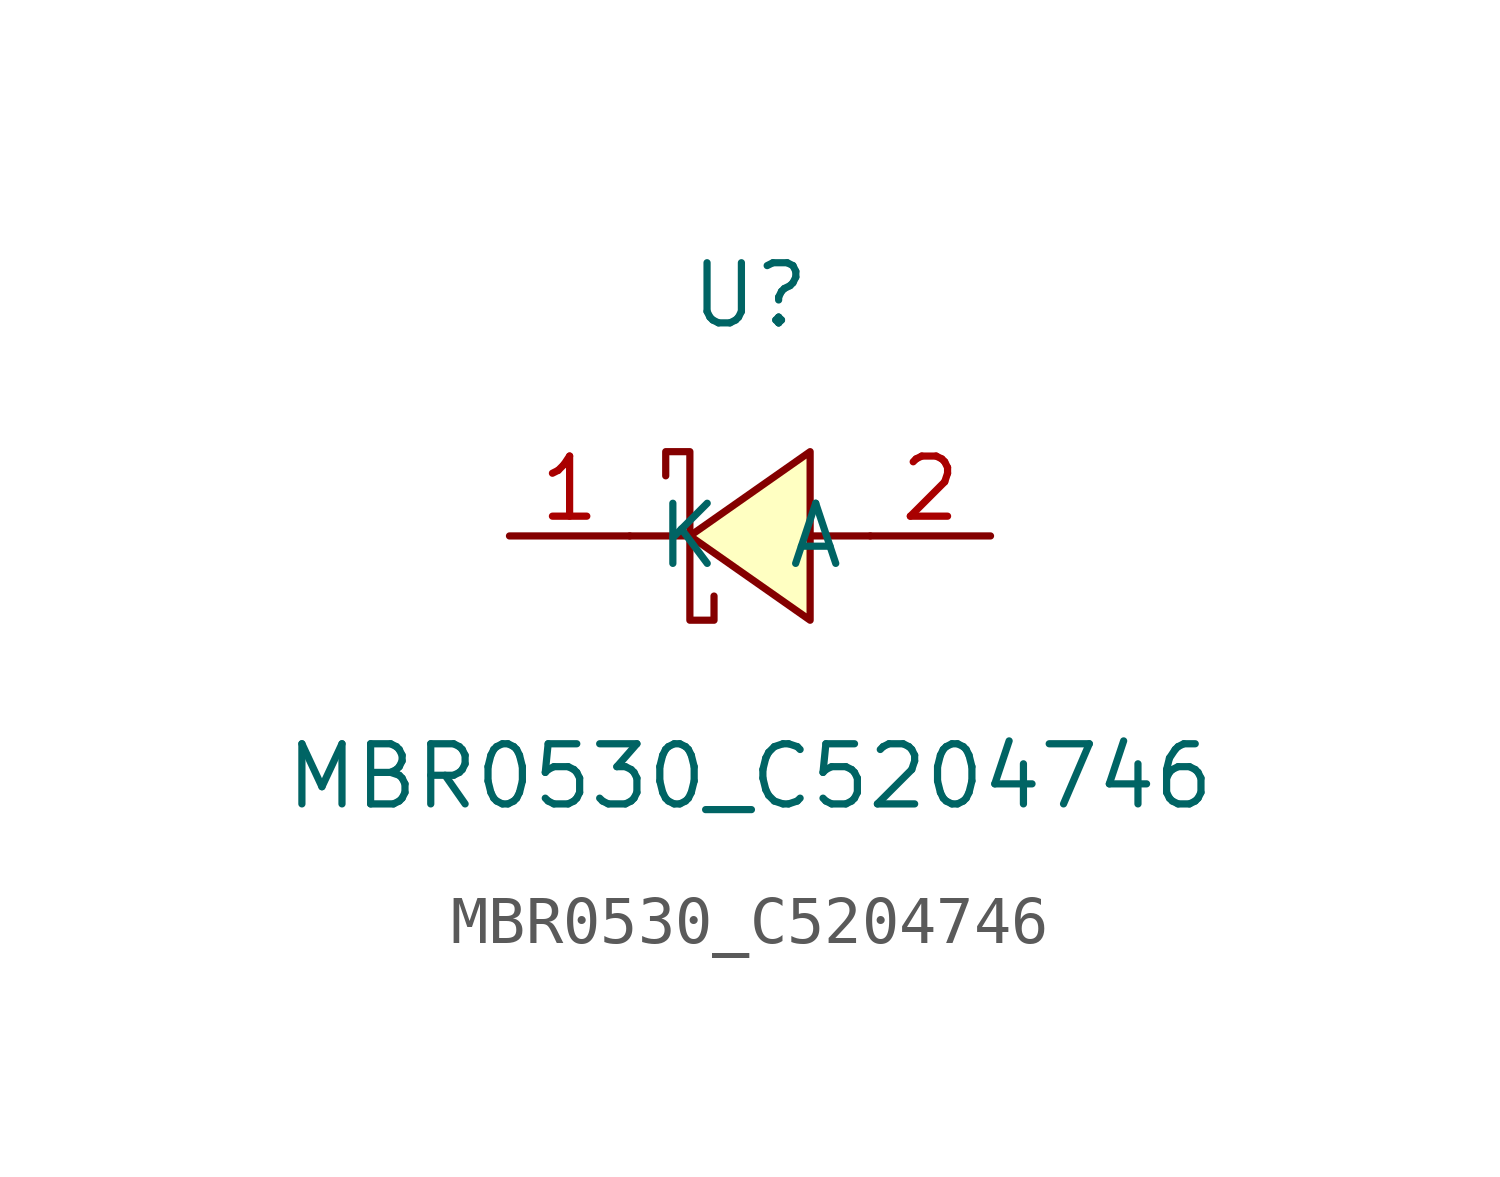
<source format=kicad_sym>
(kicad_symbol_lib
  (version 1)
  (generator "faebryk")
  (symbol "MBR0530_C5204746"
    (property "Reference" "U"
      (at 0 5.08 0)
      (effects (font (size 1.27 1.27)) (hide no)))
    (property "Value" "MBR0530_C5204746"
      (at 0 -5.08 0)
      (effects (font (size 1.27 1.27)) (hide no)))
    (symbol "MBR0530_C5204746_0_1"
      (polyline (stroke (width 0) (type default) (color 0 0 0 0)) (fill (type background)) (pts (xy 1.27 1.78) (xy -1.27 0) (xy 1.27 -1.78) (xy 1.27 1.78)))
      (polyline (stroke (width 0) (type default) (color 0 0 0 0)) (fill (type none)) (pts (xy -1.78 1.27) (xy -1.78 1.78) (xy -1.27 1.78) (xy -1.27 -1.78) (xy -0.76 -1.78) (xy -0.76 -1.27)))
      (polyline (stroke (width 0) (type default) (color 0 0 0 0)) (fill (type none)) (pts (xy 2.54 0) (xy 1.27 0)))
      (polyline (stroke (width 0) (type default) (color 0 0 0 0)) (fill (type none)) (pts (xy -1.27 0) (xy -2.54 0)))
      (pin unspecified line (at 5.08 0 180) (length 2.54) (name "A" (effects (font (size 1.27 1.27)) (hide no))) (number "2" (effects (font (size 1.27 1.27)) (hide no))))
      (pin unspecified line (at -5.08 0 0) (length 2.54) (name "K" (effects (font (size 1.27 1.27)) (hide no))) (number "1" (effects (font (size 1.27 1.27)) (hide no)))))))
</source>
